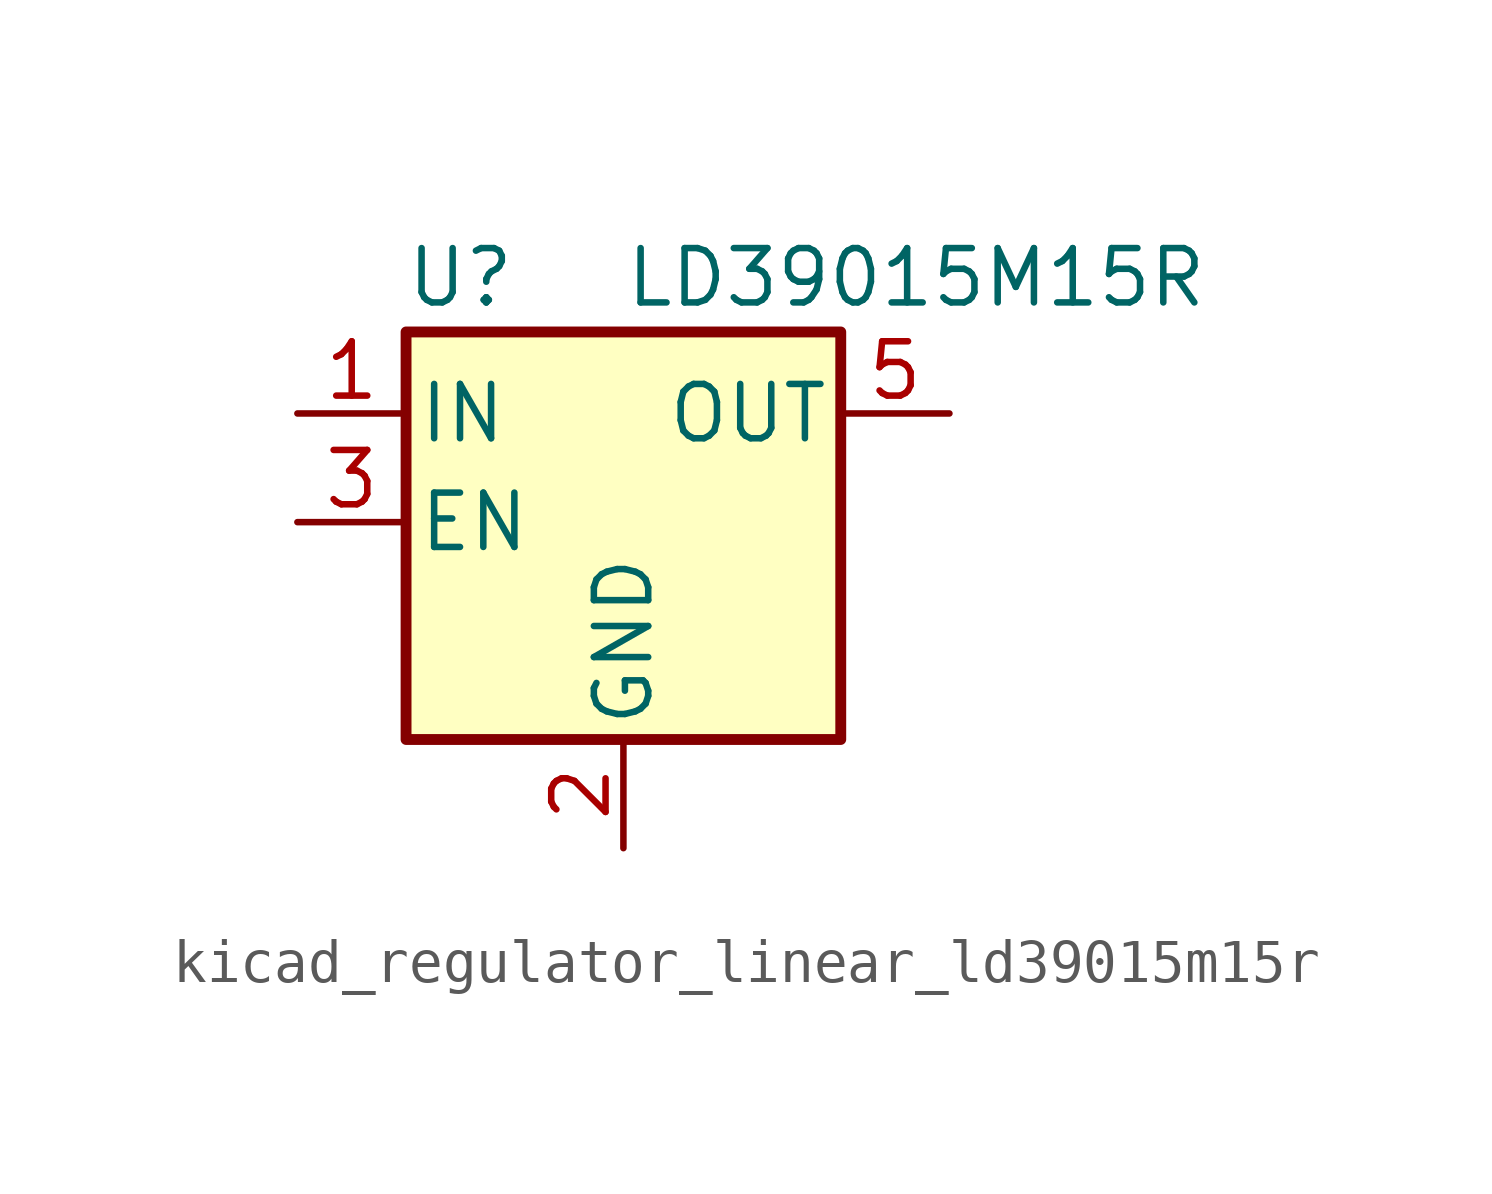
<source format=kicad_sym>
(kicad_symbol_lib
  (version 20220914)
  (generator kicad_symbol_editor)
  (symbol "kicad_regulator_linear_ld39015m15r"
    (pin_names
      (offset 0.254))
    (property "Reference" "U"
      (at -3.81 5.715 0)
      (effects (font (size 1.27 1.27))))
    (property "Value" "LD39015M15R"
      (at 0 5.715 0)
      (effects (font (size 1.27 1.27)) (justify left)))
    (symbol "kicad_regulator_linear_ld39015m15r_0_1"
      (rectangle (start -5.08 4.445) (end 5.08 -5.08) (stroke (width 0.254) (type default)) (fill (type background))))
    (symbol "kicad_regulator_linear_ld39015m15r_1_1"
      (pin power_in line (at -7.62 2.54 0) (length 2.54) (name "IN" (effects (font (size 1.27 1.27)))) (number "1" (effects (font (size 1.27 1.27)))))
      (pin power_in line (at 0 -7.62 90) (length 2.54) (name "GND" (effects (font (size 1.27 1.27)))) (number "2" (effects (font (size 1.27 1.27)))))
      (pin input line (at -7.62 0 0) (length 2.54) (name "EN" (effects (font (size 1.27 1.27)))) (number "3" (effects (font (size 1.27 1.27)))))
      (pin no_connect line (at 5.08 0 180) (length 2.54) hide (name "NC" (effects (font (size 1.27 1.27)))) (number "4" (effects (font (size 1.27 1.27)))))
      (pin power_out line (at 7.62 2.54 180) (length 2.54) (name "OUT" (effects (font (size 1.27 1.27)))) (number "5" (effects (font (size 1.27 1.27))))))))
</source>
